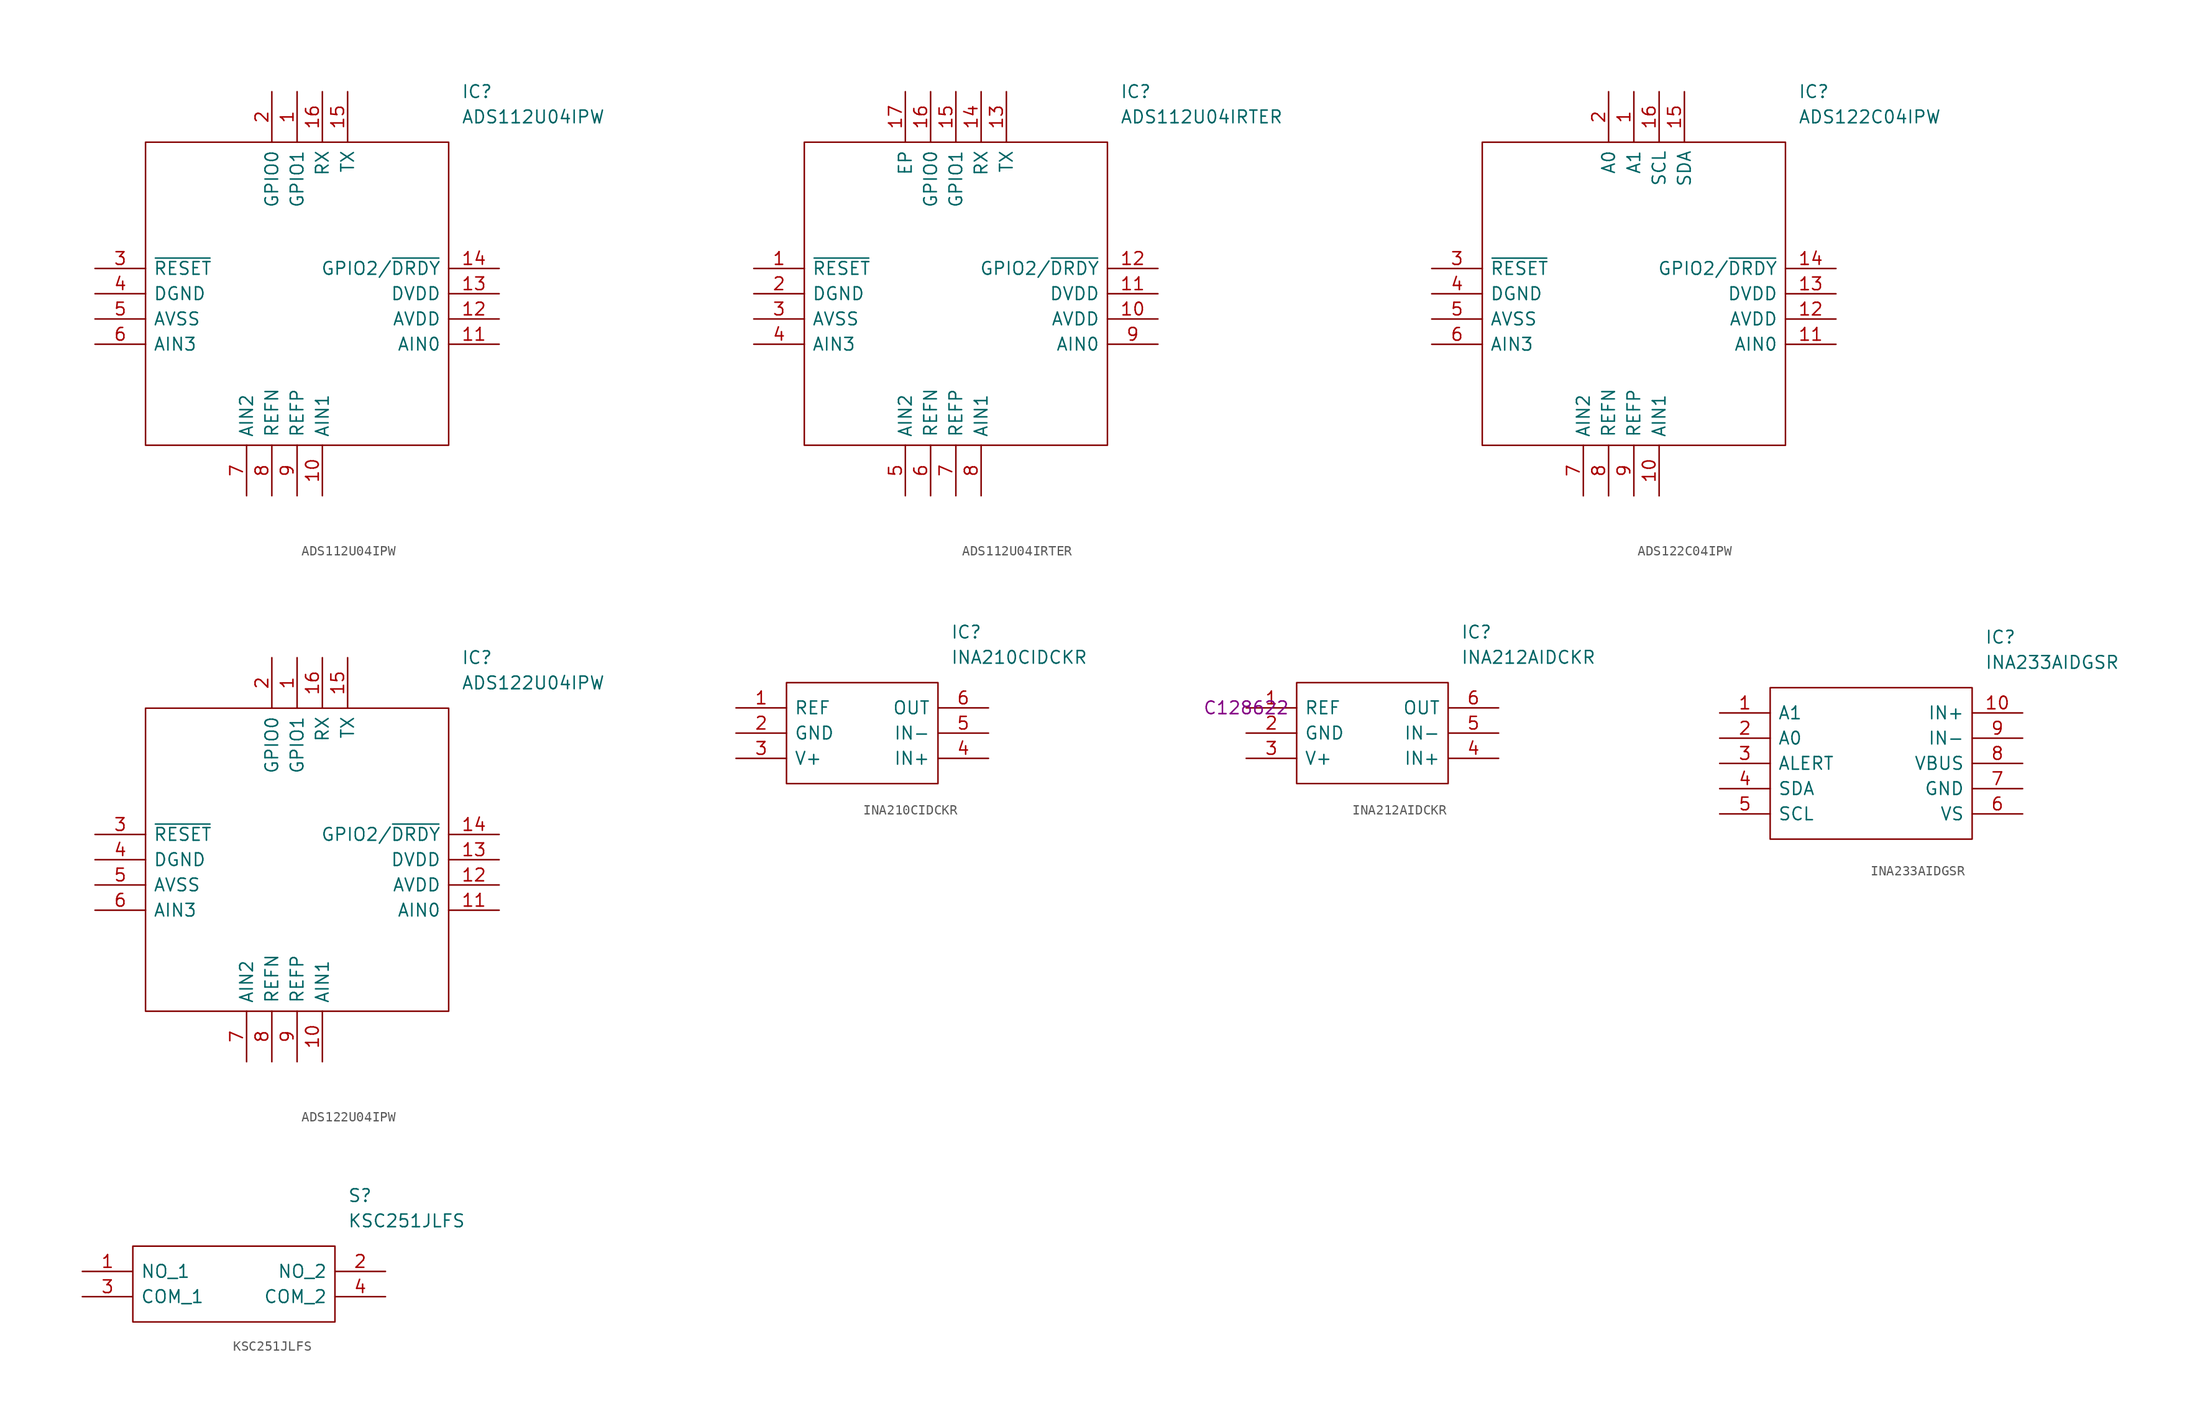
<source format=kicad_sym>
(kicad_symbol_lib
  (version 20220914)
  (generator kicad_symbol_editor)
  (symbol "ADS112U04IPW"
    (pin_names
      (offset 0.762))
    (property "Reference" "IC"
      (at 36.83 17.78 0)
      (effects (font (size 1.27 1.27)) (justify left)))
    (property "Value" "ADS112U04IPW"
      (at 36.83 15.24 0)
      (effects (font (size 1.27 1.27)) (justify left)))
    (symbol "ADS112U04IPW_0_0"
      (pin passive line (at 20.32 17.78 270) (length 5.08) (name "GPIO1" (effects (font (size 1.27 1.27)))) (number "1" (effects (font (size 1.27 1.27)))))
      (pin passive line (at 22.86 -22.86 90) (length 5.08) (name "AIN1" (effects (font (size 1.27 1.27)))) (number "10" (effects (font (size 1.27 1.27)))))
      (pin passive line (at 40.64 -7.62 180) (length 5.08) (name "AIN0" (effects (font (size 1.27 1.27)))) (number "11" (effects (font (size 1.27 1.27)))))
      (pin passive line (at 40.64 -5.08 180) (length 5.08) (name "AVDD" (effects (font (size 1.27 1.27)))) (number "12" (effects (font (size 1.27 1.27)))))
      (pin passive line (at 40.64 -2.54 180) (length 5.08) (name "DVDD" (effects (font (size 1.27 1.27)))) (number "13" (effects (font (size 1.27 1.27)))))
      (pin passive line (at 40.64 0 180) (length 5.08) (name "GPIO2/~{DRDY}" (effects (font (size 1.27 1.27)))) (number "14" (effects (font (size 1.27 1.27)))))
      (pin passive line (at 25.4 17.78 270) (length 5.08) (name "TX" (effects (font (size 1.27 1.27)))) (number "15" (effects (font (size 1.27 1.27)))))
      (pin passive line (at 22.86 17.78 270) (length 5.08) (name "RX" (effects (font (size 1.27 1.27)))) (number "16" (effects (font (size 1.27 1.27)))))
      (pin passive line (at 17.78 17.78 270) (length 5.08) (name "GPIO0" (effects (font (size 1.27 1.27)))) (number "2" (effects (font (size 1.27 1.27)))))
      (pin passive line (at 0 0 0) (length 5.08) (name "~{RESET}" (effects (font (size 1.27 1.27)))) (number "3" (effects (font (size 1.27 1.27)))))
      (pin passive line (at 0 -2.54 0) (length 5.08) (name "DGND" (effects (font (size 1.27 1.27)))) (number "4" (effects (font (size 1.27 1.27)))))
      (pin passive line (at 0 -5.08 0) (length 5.08) (name "AVSS" (effects (font (size 1.27 1.27)))) (number "5" (effects (font (size 1.27 1.27)))))
      (pin passive line (at 0 -7.62 0) (length 5.08) (name "AIN3" (effects (font (size 1.27 1.27)))) (number "6" (effects (font (size 1.27 1.27)))))
      (pin passive line (at 15.24 -22.86 90) (length 5.08) (name "AIN2" (effects (font (size 1.27 1.27)))) (number "7" (effects (font (size 1.27 1.27)))))
      (pin passive line (at 17.78 -22.86 90) (length 5.08) (name "REFN" (effects (font (size 1.27 1.27)))) (number "8" (effects (font (size 1.27 1.27)))))
      (pin passive line (at 20.32 -22.86 90) (length 5.08) (name "REFP" (effects (font (size 1.27 1.27)))) (number "9" (effects (font (size 1.27 1.27))))))
    (symbol "ADS112U04IPW_0_1"
      (polyline (pts (xy 5.08 12.7) (xy 35.56 12.7) (xy 35.56 -17.78) (xy 5.08 -17.78) (xy 5.08 12.7)) (stroke (width 0.152) (type solid)) (fill (type none)))))
  (symbol "ADS112U04IRTER"
    (pin_names
      (offset 0.762))
    (property "Reference" "IC"
      (at 36.83 17.78 0)
      (effects (font (size 1.27 1.27)) (justify left)))
    (property "Value" "ADS112U04IRTER"
      (at 36.83 15.24 0)
      (effects (font (size 1.27 1.27)) (justify left)))
    (symbol "ADS112U04IRTER_0_0"
      (pin passive line (at 0 0 0) (length 5.08) (name "~{RESET}" (effects (font (size 1.27 1.27)))) (number "1" (effects (font (size 1.27 1.27)))))
      (pin passive line (at 40.64 -5.08 180) (length 5.08) (name "AVDD" (effects (font (size 1.27 1.27)))) (number "10" (effects (font (size 1.27 1.27)))))
      (pin passive line (at 40.64 -2.54 180) (length 5.08) (name "DVDD" (effects (font (size 1.27 1.27)))) (number "11" (effects (font (size 1.27 1.27)))))
      (pin passive line (at 40.64 0 180) (length 5.08) (name "GPIO2/~{DRDY}" (effects (font (size 1.27 1.27)))) (number "12" (effects (font (size 1.27 1.27)))))
      (pin passive line (at 25.4 17.78 270) (length 5.08) (name "TX" (effects (font (size 1.27 1.27)))) (number "13" (effects (font (size 1.27 1.27)))))
      (pin passive line (at 22.86 17.78 270) (length 5.08) (name "RX" (effects (font (size 1.27 1.27)))) (number "14" (effects (font (size 1.27 1.27)))))
      (pin passive line (at 20.32 17.78 270) (length 5.08) (name "GPIO1" (effects (font (size 1.27 1.27)))) (number "15" (effects (font (size 1.27 1.27)))))
      (pin passive line (at 17.78 17.78 270) (length 5.08) (name "GPIO0" (effects (font (size 1.27 1.27)))) (number "16" (effects (font (size 1.27 1.27)))))
      (pin passive line (at 15.24 17.78 270) (length 5.08) (name "EP" (effects (font (size 1.27 1.27)))) (number "17" (effects (font (size 1.27 1.27)))))
      (pin passive line (at 0 -2.54 0) (length 5.08) (name "DGND" (effects (font (size 1.27 1.27)))) (number "2" (effects (font (size 1.27 1.27)))))
      (pin passive line (at 0 -5.08 0) (length 5.08) (name "AVSS" (effects (font (size 1.27 1.27)))) (number "3" (effects (font (size 1.27 1.27)))))
      (pin passive line (at 0 -7.62 0) (length 5.08) (name "AIN3" (effects (font (size 1.27 1.27)))) (number "4" (effects (font (size 1.27 1.27)))))
      (pin passive line (at 15.24 -22.86 90) (length 5.08) (name "AIN2" (effects (font (size 1.27 1.27)))) (number "5" (effects (font (size 1.27 1.27)))))
      (pin passive line (at 17.78 -22.86 90) (length 5.08) (name "REFN" (effects (font (size 1.27 1.27)))) (number "6" (effects (font (size 1.27 1.27)))))
      (pin passive line (at 20.32 -22.86 90) (length 5.08) (name "REFP" (effects (font (size 1.27 1.27)))) (number "7" (effects (font (size 1.27 1.27)))))
      (pin passive line (at 22.86 -22.86 90) (length 5.08) (name "AIN1" (effects (font (size 1.27 1.27)))) (number "8" (effects (font (size 1.27 1.27)))))
      (pin passive line (at 40.64 -7.62 180) (length 5.08) (name "AIN0" (effects (font (size 1.27 1.27)))) (number "9" (effects (font (size 1.27 1.27))))))
    (symbol "ADS112U04IRTER_0_1"
      (polyline (pts (xy 5.08 12.7) (xy 35.56 12.7) (xy 35.56 -17.78) (xy 5.08 -17.78) (xy 5.08 12.7)) (stroke (width 0.152) (type solid)) (fill (type none)))))
  (symbol "ADS122C04IPW"
    (pin_names
      (offset 0.762))
    (property "Reference" "IC"
      (at 36.83 17.78 0)
      (effects (font (size 1.27 1.27)) (justify left)))
    (property "Value" "ADS122C04IPW"
      (at 36.83 15.24 0)
      (effects (font (size 1.27 1.27)) (justify left)))
    (symbol "ADS122C04IPW_0_0"
      (pin passive line (at 22.86 -22.86 90) (length 5.08) (name "AIN1" (effects (font (size 1.27 1.27)))) (number "10" (effects (font (size 1.27 1.27)))))
      (pin passive line (at 40.64 -7.62 180) (length 5.08) (name "AIN0" (effects (font (size 1.27 1.27)))) (number "11" (effects (font (size 1.27 1.27)))))
      (pin passive line (at 40.64 -5.08 180) (length 5.08) (name "AVDD" (effects (font (size 1.27 1.27)))) (number "12" (effects (font (size 1.27 1.27)))))
      (pin passive line (at 40.64 -2.54 180) (length 5.08) (name "DVDD" (effects (font (size 1.27 1.27)))) (number "13" (effects (font (size 1.27 1.27)))))
      (pin passive line (at 40.64 0 180) (length 5.08) (name "GPIO2/~{DRDY}" (effects (font (size 1.27 1.27)))) (number "14" (effects (font (size 1.27 1.27)))))
      (pin passive line (at 0 0 0) (length 5.08) (name "~{RESET}" (effects (font (size 1.27 1.27)))) (number "3" (effects (font (size 1.27 1.27)))))
      (pin passive line (at 0 -2.54 0) (length 5.08) (name "DGND" (effects (font (size 1.27 1.27)))) (number "4" (effects (font (size 1.27 1.27)))))
      (pin passive line (at 0 -5.08 0) (length 5.08) (name "AVSS" (effects (font (size 1.27 1.27)))) (number "5" (effects (font (size 1.27 1.27)))))
      (pin passive line (at 0 -7.62 0) (length 5.08) (name "AIN3" (effects (font (size 1.27 1.27)))) (number "6" (effects (font (size 1.27 1.27)))))
      (pin passive line (at 15.24 -22.86 90) (length 5.08) (name "AIN2" (effects (font (size 1.27 1.27)))) (number "7" (effects (font (size 1.27 1.27)))))
      (pin passive line (at 17.78 -22.86 90) (length 5.08) (name "REFN" (effects (font (size 1.27 1.27)))) (number "8" (effects (font (size 1.27 1.27)))))
      (pin passive line (at 20.32 -22.86 90) (length 5.08) (name "REFP" (effects (font (size 1.27 1.27)))) (number "9" (effects (font (size 1.27 1.27))))))
    (symbol "ADS122C04IPW_0_1"
      (polyline (pts (xy 5.08 12.7) (xy 35.56 12.7) (xy 35.56 -17.78) (xy 5.08 -17.78) (xy 5.08 12.7)) (stroke (width 0.152) (type solid)) (fill (type none))))
    (symbol "ADS122C04IPW_1_0"
      (pin passive line (at 20.32 17.78 270) (length 5.08) (name "A1" (effects (font (size 1.27 1.27)))) (number "1" (effects (font (size 1.27 1.27)))))
      (pin passive line (at 25.4 17.78 270) (length 5.08) (name "SDA" (effects (font (size 1.27 1.27)))) (number "15" (effects (font (size 1.27 1.27)))))
      (pin passive line (at 22.86 17.78 270) (length 5.08) (name "SCL" (effects (font (size 1.27 1.27)))) (number "16" (effects (font (size 1.27 1.27)))))
      (pin passive line (at 17.78 17.78 270) (length 5.08) (name "A0" (effects (font (size 1.27 1.27)))) (number "2" (effects (font (size 1.27 1.27)))))))
  (symbol "ADS122U04IPW"
    (pin_names
      (offset 0.762))
    (property "Reference" "IC"
      (at 36.83 17.78 0)
      (effects (font (size 1.27 1.27)) (justify left)))
    (property "Value" "ADS122U04IPW"
      (at 36.83 15.24 0)
      (effects (font (size 1.27 1.27)) (justify left)))
    (symbol "ADS122U04IPW_0_0"
      (pin passive line (at 20.32 17.78 270) (length 5.08) (name "GPIO1" (effects (font (size 1.27 1.27)))) (number "1" (effects (font (size 1.27 1.27)))))
      (pin passive line (at 22.86 -22.86 90) (length 5.08) (name "AIN1" (effects (font (size 1.27 1.27)))) (number "10" (effects (font (size 1.27 1.27)))))
      (pin passive line (at 40.64 -7.62 180) (length 5.08) (name "AIN0" (effects (font (size 1.27 1.27)))) (number "11" (effects (font (size 1.27 1.27)))))
      (pin passive line (at 40.64 -5.08 180) (length 5.08) (name "AVDD" (effects (font (size 1.27 1.27)))) (number "12" (effects (font (size 1.27 1.27)))))
      (pin passive line (at 40.64 -2.54 180) (length 5.08) (name "DVDD" (effects (font (size 1.27 1.27)))) (number "13" (effects (font (size 1.27 1.27)))))
      (pin passive line (at 40.64 0 180) (length 5.08) (name "GPIO2/~{DRDY}" (effects (font (size 1.27 1.27)))) (number "14" (effects (font (size 1.27 1.27)))))
      (pin passive line (at 25.4 17.78 270) (length 5.08) (name "TX" (effects (font (size 1.27 1.27)))) (number "15" (effects (font (size 1.27 1.27)))))
      (pin passive line (at 22.86 17.78 270) (length 5.08) (name "RX" (effects (font (size 1.27 1.27)))) (number "16" (effects (font (size 1.27 1.27)))))
      (pin passive line (at 17.78 17.78 270) (length 5.08) (name "GPIO0" (effects (font (size 1.27 1.27)))) (number "2" (effects (font (size 1.27 1.27)))))
      (pin passive line (at 0 0 0) (length 5.08) (name "~{RESET}" (effects (font (size 1.27 1.27)))) (number "3" (effects (font (size 1.27 1.27)))))
      (pin passive line (at 0 -2.54 0) (length 5.08) (name "DGND" (effects (font (size 1.27 1.27)))) (number "4" (effects (font (size 1.27 1.27)))))
      (pin passive line (at 0 -5.08 0) (length 5.08) (name "AVSS" (effects (font (size 1.27 1.27)))) (number "5" (effects (font (size 1.27 1.27)))))
      (pin passive line (at 0 -7.62 0) (length 5.08) (name "AIN3" (effects (font (size 1.27 1.27)))) (number "6" (effects (font (size 1.27 1.27)))))
      (pin passive line (at 15.24 -22.86 90) (length 5.08) (name "AIN2" (effects (font (size 1.27 1.27)))) (number "7" (effects (font (size 1.27 1.27)))))
      (pin passive line (at 17.78 -22.86 90) (length 5.08) (name "REFN" (effects (font (size 1.27 1.27)))) (number "8" (effects (font (size 1.27 1.27)))))
      (pin passive line (at 20.32 -22.86 90) (length 5.08) (name "REFP" (effects (font (size 1.27 1.27)))) (number "9" (effects (font (size 1.27 1.27))))))
    (symbol "ADS122U04IPW_0_1"
      (polyline (pts (xy 5.08 12.7) (xy 35.56 12.7) (xy 35.56 -17.78) (xy 5.08 -17.78) (xy 5.08 12.7)) (stroke (width 0.152) (type solid)) (fill (type none)))))
  (symbol "INA210CIDCKR"
    (pin_names
      (offset 0.762))
    (property "Reference" "IC"
      (at 21.59 7.62 0)
      (effects (font (size 1.27 1.27)) (justify left)))
    (property "Value" "INA210CIDCKR"
      (at 21.59 5.08 0)
      (effects (font (size 1.27 1.27)) (justify left)))
    (symbol "INA210CIDCKR_0_0"
      (pin passive line (at 0 0 0) (length 5.08) (name "REF" (effects (font (size 1.27 1.27)))) (number "1" (effects (font (size 1.27 1.27)))))
      (pin passive line (at 0 -2.54 0) (length 5.08) (name "GND" (effects (font (size 1.27 1.27)))) (number "2" (effects (font (size 1.27 1.27)))))
      (pin passive line (at 0 -5.08 0) (length 5.08) (name "V+" (effects (font (size 1.27 1.27)))) (number "3" (effects (font (size 1.27 1.27)))))
      (pin passive line (at 25.4 -5.08 180) (length 5.08) (name "IN+" (effects (font (size 1.27 1.27)))) (number "4" (effects (font (size 1.27 1.27)))))
      (pin passive line (at 25.4 -2.54 180) (length 5.08) (name "IN-" (effects (font (size 1.27 1.27)))) (number "5" (effects (font (size 1.27 1.27)))))
      (pin passive line (at 25.4 0 180) (length 5.08) (name "OUT" (effects (font (size 1.27 1.27)))) (number "6" (effects (font (size 1.27 1.27))))))
    (symbol "INA210CIDCKR_0_1"
      (polyline (pts (xy 5.08 2.54) (xy 20.32 2.54) (xy 20.32 -7.62) (xy 5.08 -7.62) (xy 5.08 2.54)) (stroke (width 0.152) (type solid)) (fill (type none)))))
  (symbol "INA212AIDCKR"
    (pin_names
      (offset 0.762))
    (property "Reference" "IC"
      (at 21.59 7.62 0)
      (effects (font (size 1.27 1.27)) (justify left)))
    (property "Value" "INA212AIDCKR"
      (at 21.59 5.08 0)
      (effects (font (size 1.27 1.27)) (justify left)))
    (property "LCSC" "C128622"
      (at 0 0 0)
      (effects (font (size 1.27 1.27))))
    (symbol "INA212AIDCKR_0_0"
      (pin passive line (at 0 0 0) (length 5.08) (name "REF" (effects (font (size 1.27 1.27)))) (number "1" (effects (font (size 1.27 1.27)))))
      (pin passive line (at 0 -2.54 0) (length 5.08) (name "GND" (effects (font (size 1.27 1.27)))) (number "2" (effects (font (size 1.27 1.27)))))
      (pin passive line (at 0 -5.08 0) (length 5.08) (name "V+" (effects (font (size 1.27 1.27)))) (number "3" (effects (font (size 1.27 1.27)))))
      (pin passive line (at 25.4 -5.08 180) (length 5.08) (name "IN+" (effects (font (size 1.27 1.27)))) (number "4" (effects (font (size 1.27 1.27)))))
      (pin passive line (at 25.4 -2.54 180) (length 5.08) (name "IN-" (effects (font (size 1.27 1.27)))) (number "5" (effects (font (size 1.27 1.27)))))
      (pin passive line (at 25.4 0 180) (length 5.08) (name "OUT" (effects (font (size 1.27 1.27)))) (number "6" (effects (font (size 1.27 1.27))))))
    (symbol "INA212AIDCKR_0_1"
      (polyline (pts (xy 5.08 2.54) (xy 20.32 2.54) (xy 20.32 -7.62) (xy 5.08 -7.62) (xy 5.08 2.54)) (stroke (width 0.152) (type solid)) (fill (type none)))))
  (symbol "INA233AIDGSR"
    (pin_names
      (offset 0.762))
    (property "Reference" "IC"
      (at 26.67 7.62 0)
      (effects (font (size 1.27 1.27)) (justify left)))
    (property "Value" "INA233AIDGSR"
      (at 26.67 5.08 0)
      (effects (font (size 1.27 1.27)) (justify left)))
    (symbol "INA233AIDGSR_0_0"
      (pin passive line (at 0 0 0) (length 5.08) (name "A1" (effects (font (size 1.27 1.27)))) (number "1" (effects (font (size 1.27 1.27)))))
      (pin passive line (at 30.48 0 180) (length 5.08) (name "IN+" (effects (font (size 1.27 1.27)))) (number "10" (effects (font (size 1.27 1.27)))))
      (pin passive line (at 0 -2.54 0) (length 5.08) (name "A0" (effects (font (size 1.27 1.27)))) (number "2" (effects (font (size 1.27 1.27)))))
      (pin passive line (at 0 -5.08 0) (length 5.08) (name "ALERT" (effects (font (size 1.27 1.27)))) (number "3" (effects (font (size 1.27 1.27)))))
      (pin passive line (at 0 -7.62 0) (length 5.08) (name "SDA" (effects (font (size 1.27 1.27)))) (number "4" (effects (font (size 1.27 1.27)))))
      (pin passive line (at 0 -10.16 0) (length 5.08) (name "SCL" (effects (font (size 1.27 1.27)))) (number "5" (effects (font (size 1.27 1.27)))))
      (pin passive line (at 30.48 -10.16 180) (length 5.08) (name "VS" (effects (font (size 1.27 1.27)))) (number "6" (effects (font (size 1.27 1.27)))))
      (pin passive line (at 30.48 -7.62 180) (length 5.08) (name "GND" (effects (font (size 1.27 1.27)))) (number "7" (effects (font (size 1.27 1.27)))))
      (pin passive line (at 30.48 -5.08 180) (length 5.08) (name "VBUS" (effects (font (size 1.27 1.27)))) (number "8" (effects (font (size 1.27 1.27)))))
      (pin passive line (at 30.48 -2.54 180) (length 5.08) (name "IN-" (effects (font (size 1.27 1.27)))) (number "9" (effects (font (size 1.27 1.27))))))
    (symbol "INA233AIDGSR_0_1"
      (polyline (pts (xy 5.08 2.54) (xy 25.4 2.54) (xy 25.4 -12.7) (xy 5.08 -12.7) (xy 5.08 2.54)) (stroke (width 0.152) (type solid)) (fill (type none)))))
  (symbol "KSC251JLFS"
    (pin_names
      (offset 0.762))
    (property "Reference" "S"
      (at 26.67 7.62 0)
      (effects (font (size 1.27 1.27)) (justify left)))
    (property "Value" "KSC251JLFS"
      (at 26.67 5.08 0)
      (effects (font (size 1.27 1.27)) (justify left)))
    (symbol "KSC251JLFS_0_0"
      (pin passive line (at 0 0 0) (length 5.08) (name "NO_1" (effects (font (size 1.27 1.27)))) (number "1" (effects (font (size 1.27 1.27)))))
      (pin passive line (at 30.48 0 180) (length 5.08) (name "NO_2" (effects (font (size 1.27 1.27)))) (number "2" (effects (font (size 1.27 1.27)))))
      (pin passive line (at 0 -2.54 0) (length 5.08) (name "COM_1" (effects (font (size 1.27 1.27)))) (number "3" (effects (font (size 1.27 1.27)))))
      (pin passive line (at 30.48 -2.54 180) (length 5.08) (name "COM_2" (effects (font (size 1.27 1.27)))) (number "4" (effects (font (size 1.27 1.27))))))
    (symbol "KSC251JLFS_0_1"
      (polyline (pts (xy 5.08 2.54) (xy 25.4 2.54) (xy 25.4 -5.08) (xy 5.08 -5.08) (xy 5.08 2.54)) (stroke (width 0.152) (type solid)) (fill (type none))))))
</source>
